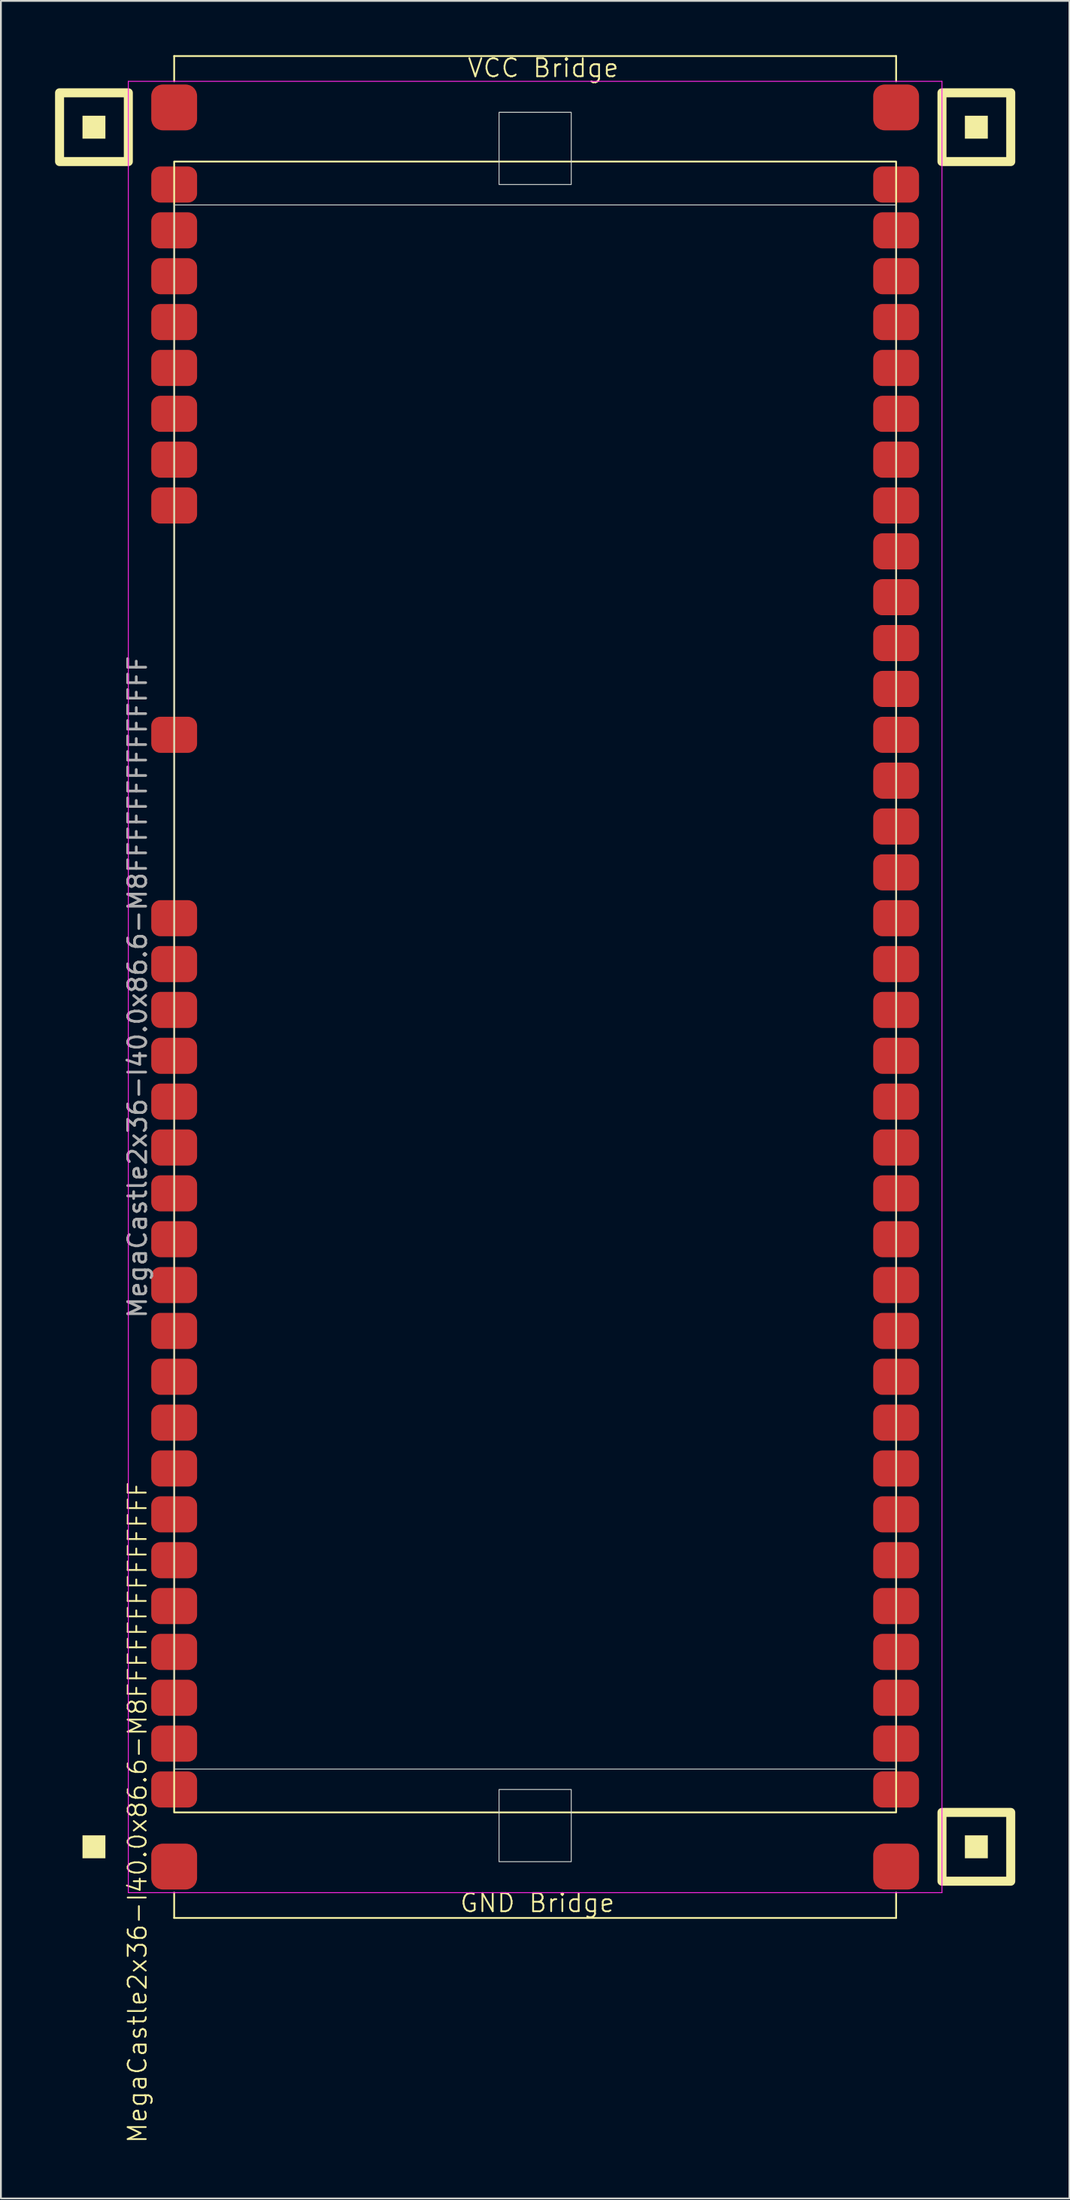
<source format=kicad_pcb>
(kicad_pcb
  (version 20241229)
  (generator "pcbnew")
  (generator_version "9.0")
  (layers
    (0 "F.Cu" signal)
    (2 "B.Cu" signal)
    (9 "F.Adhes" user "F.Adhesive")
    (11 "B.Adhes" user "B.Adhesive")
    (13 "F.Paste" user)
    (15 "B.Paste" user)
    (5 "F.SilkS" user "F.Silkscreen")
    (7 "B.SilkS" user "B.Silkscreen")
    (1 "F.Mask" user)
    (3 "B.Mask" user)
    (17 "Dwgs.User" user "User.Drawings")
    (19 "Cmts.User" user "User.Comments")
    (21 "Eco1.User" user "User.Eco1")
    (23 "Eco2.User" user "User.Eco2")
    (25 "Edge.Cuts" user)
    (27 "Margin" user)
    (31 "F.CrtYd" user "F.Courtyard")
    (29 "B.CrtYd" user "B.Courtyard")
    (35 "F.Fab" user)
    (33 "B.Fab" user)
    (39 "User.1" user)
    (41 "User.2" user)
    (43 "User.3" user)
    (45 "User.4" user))
  (footprint "MegaCastle2x36-I40.0x86.6-M8FFFFFFFFFFFFFF"
    (layer "F.Cu")
    (at 26.6 51.62)
    (property "Reference" "MegaCastle2x36-I40.0x86.6-M8FFFFFFFFFFFFFF" (at -22.032 45.72 90) (unlocked yes) (layer "F.SilkS") (effects (font (size 1 1) (thickness 0.1))))
    (attr smd)
    (fp_line (start -20 -51.565) (end 20 -51.565) (stroke (width 0.1) (type default)) (layer "F.SilkS"))
    (fp_line (start -20 -50.165) (end -20 -51.565) (stroke (width 0.1) (type default)) (layer "F.SilkS"))
    (fp_line (start -20 50.165) (end -20 51.565) (stroke (width 0.1) (type default)) (layer "F.SilkS"))
    (fp_line (start -20 51.565) (end 20 51.565) (stroke (width 0.1) (type default)) (layer "F.SilkS"))
    (fp_line (start 20 -50.165) (end 20 -51.565) (stroke (width 0.1) (type default)) (layer "F.SilkS"))
    (fp_line (start 20 50.165) (end 20 51.565) (stroke (width 0.1) (type default)) (layer "F.SilkS"))
    (fp_rect (start -23.81 -46.99) (end -25.08 -48.26) (stroke (width 0) (type solid)) (fill yes) (layer "F.SilkS"))
    (fp_rect (start -23.81 48.26) (end -25.08 46.99) (stroke (width 0) (type solid)) (fill yes) (layer "F.SilkS"))
    (fp_rect (start -22.54 -45.72) (end -26.35 -49.53) (stroke (width 0.5) (type default)) (fill no) (layer "F.SilkS"))
    (fp_rect (start -20 -45.72) (end 20 45.72) (stroke (width 0.1) (type default)) (fill no) (layer "F.SilkS"))
    (fp_rect (start 25.08 -46.99) (end 23.81 -48.26) (stroke (width 0) (type solid)) (fill yes) (layer "F.SilkS"))
    (fp_rect (start 25.08 48.26) (end 23.81 46.99) (stroke (width 0) (type solid)) (fill yes) (layer "F.SilkS"))
    (fp_rect (start 26.35 -45.72) (end 22.54 -49.53) (stroke (width 0.5) (type default)) (fill no) (layer "F.SilkS"))
    (fp_rect (start 26.35 49.53) (end 22.54 45.72) (stroke (width 0.5) (type default)) (fill no) (layer "F.SilkS"))
    (fp_rect (start -20 -43.32) (end 20 43.32) (stroke (width 0.05) (type default)) (fill no) (layer "Edge.Cuts"))
    (fp_rect (start -2 -44.45) (end 2 -48.45) (stroke (width 0.05) (type default)) (fill no) (layer "Edge.Cuts"))
    (fp_rect (start -2 44.45) (end 2 48.45) (stroke (width 0.05) (type default)) (fill no) (layer "Edge.Cuts"))
    (fp_line (start -22.54 -50.165) (end -22.54 50.165) (stroke (width 0.05) (type default)) (layer "F.CrtYd"))
    (fp_line (start -22.54 50.165) (end 22.54 50.165) (stroke (width 0.05) (type default)) (layer "F.CrtYd"))
    (fp_line (start 22.54 -50.165) (end -22.54 -50.165) (stroke (width 0.05) (type default)) (layer "F.CrtYd"))
    (fp_line (start 22.54 -50.165) (end 22.54 50.165) (stroke (width 0.05) (type default)) (layer "F.CrtYd"))
    (fp_text user "VCC Bridge" (at -3.81 -50.32 0) (unlocked yes) (layer "F.SilkS") (effects (font (size 1 1) (thickness 0.1)) (justify left bottom)))
    (fp_text user "GND Bridge" (at -4.226 51.32 0) (unlocked yes) (layer "F.SilkS") (effects (font (size 1 1) (thickness 0.1)) (justify left bottom)))
    (fp_text user "${REFERENCE}" (at -22.032 0 90) (unlocked yes) (layer "F.Fab") (effects (font (size 1 1) (thickness 0.15))))
    (pad "1" smd roundrect (at -20 -44.45) (size 2.54 2) (layers "F.Cu" "F.Mask" "F.Paste") (roundrect_rratio 0.25))
    (pad "2" smd roundrect (at -20 -41.91) (size 2.54 2) (layers "F.Cu" "F.Mask" "F.Paste") (roundrect_rratio 0.25))
    (pad "3" smd roundrect (at -20 -39.37) (size 2.54 2) (layers "F.Cu" "F.Mask" "F.Paste") (roundrect_rratio 0.25))
    (pad "4" smd roundrect (at -20 -36.83) (size 2.54 2) (layers "F.Cu" "F.Mask" "F.Paste") (roundrect_rratio 0.25))
    (pad "5" smd roundrect (at -20 -34.29) (size 2.54 2) (layers "F.Cu" "F.Mask" "F.Paste") (roundrect_rratio 0.25))
    (pad "6" smd roundrect (at -20 -31.75) (size 2.54 2) (layers "F.Cu" "F.Mask" "F.Paste") (roundrect_rratio 0.25))
    (pad "7" smd roundrect (at -20 -29.21) (size 2.54 2) (layers "F.Cu" "F.Mask" "F.Paste") (roundrect_rratio 0.25))
    (pad "8" smd roundrect (at -20 -26.67) (size 2.54 2) (layers "F.Cu" "F.Mask" "F.Paste") (roundrect_rratio 0.25))
    (pad "13" smd roundrect (at -20 -13.97) (size 2.54 2) (layers "F.Cu" "F.Mask" "F.Paste") (roundrect_rratio 0.25))
    (pad "17" smd roundrect (at -20 -3.81) (size 2.54 2) (layers "F.Cu" "F.Mask" "F.Paste") (roundrect_rratio 0.25))
    (pad "18" smd roundrect (at -20 -1.27) (size 2.54 2) (layers "F.Cu" "F.Mask" "F.Paste") (roundrect_rratio 0.25))
    (pad "19" smd roundrect (at -20 1.27) (size 2.54 2) (layers "F.Cu" "F.Mask" "F.Paste") (roundrect_rratio 0.25))
    (pad "20" smd roundrect (at -20 3.81) (size 2.54 2) (layers "F.Cu" "F.Mask" "F.Paste") (roundrect_rratio 0.25))
    (pad "21" smd roundrect (at -20 6.35) (size 2.54 2) (layers "F.Cu" "F.Mask" "F.Paste") (roundrect_rratio 0.25))
    (pad "22" smd roundrect (at -20 8.89) (size 2.54 2) (layers "F.Cu" "F.Mask" "F.Paste") (roundrect_rratio 0.25))
    (pad "23" smd roundrect (at -20 11.43) (size 2.54 2) (layers "F.Cu" "F.Mask" "F.Paste") (roundrect_rratio 0.25))
    (pad "24" smd roundrect (at -20 13.97) (size 2.54 2) (layers "F.Cu" "F.Mask" "F.Paste") (roundrect_rratio 0.25))
    (pad "25" smd roundrect (at -20 16.51) (size 2.54 2) (layers "F.Cu" "F.Mask" "F.Paste") (roundrect_rratio 0.25))
    (pad "26" smd roundrect (at -20 19.05) (size 2.54 2) (layers "F.Cu" "F.Mask" "F.Paste") (roundrect_rratio 0.25))
    (pad "27" smd roundrect (at -20 21.59) (size 2.54 2) (layers "F.Cu" "F.Mask" "F.Paste") (roundrect_rratio 0.25))
    (pad "28" smd roundrect (at -20 24.13) (size 2.54 2) (layers "F.Cu" "F.Mask" "F.Paste") (roundrect_rratio 0.25))
    (pad "29" smd roundrect (at -20 26.67) (size 2.54 2) (layers "F.Cu" "F.Mask" "F.Paste") (roundrect_rratio 0.25))
    (pad "30" smd roundrect (at -20 29.21) (size 2.54 2) (layers "F.Cu" "F.Mask" "F.Paste") (roundrect_rratio 0.25))
    (pad "31" smd roundrect (at -20 31.75) (size 2.54 2) (layers "F.Cu" "F.Mask" "F.Paste") (roundrect_rratio 0.25))
    (pad "32" smd roundrect (at -20 34.29) (size 2.54 2) (layers "F.Cu" "F.Mask" "F.Paste") (roundrect_rratio 0.25))
    (pad "33" smd roundrect (at -20 36.83) (size 2.54 2) (layers "F.Cu" "F.Mask" "F.Paste") (roundrect_rratio 0.25))
    (pad "34" smd roundrect (at -20 39.37) (size 2.54 2) (layers "F.Cu" "F.Mask" "F.Paste") (roundrect_rratio 0.25))
    (pad "35" smd roundrect (at -20 41.91) (size 2.54 2) (layers "F.Cu" "F.Mask" "F.Paste") (roundrect_rratio 0.25))
    (pad "36" smd roundrect (at -20 44.45) (size 2.54 2) (layers "F.Cu" "F.Mask" "F.Paste") (roundrect_rratio 0.25))
    (pad "37" smd roundrect (at 20 -44.45) (size 2.54 2) (layers "F.Cu" "F.Mask" "F.Paste") (roundrect_rratio 0.25))
    (pad "38" smd roundrect (at 20 -41.91) (size 2.54 2) (layers "F.Cu" "F.Mask" "F.Paste") (roundrect_rratio 0.25))
    (pad "39" smd roundrect (at 20 -39.37) (size 2.54 2) (layers "F.Cu" "F.Mask" "F.Paste") (roundrect_rratio 0.25))
    (pad "40" smd roundrect (at 20 -36.83) (size 2.54 2) (layers "F.Cu" "F.Mask" "F.Paste") (roundrect_rratio 0.25))
    (pad "41" smd roundrect (at 20 -34.29) (size 2.54 2) (layers "F.Cu" "F.Mask" "F.Paste") (roundrect_rratio 0.25))
    (pad "42" smd roundrect (at 20 -31.75) (size 2.54 2) (layers "F.Cu" "F.Mask" "F.Paste") (roundrect_rratio 0.25))
    (pad "43" smd roundrect (at 20 -29.21) (size 2.54 2) (layers "F.Cu" "F.Mask" "F.Paste") (roundrect_rratio 0.25))
    (pad "44" smd roundrect (at 20 -26.67) (size 2.54 2) (layers "F.Cu" "F.Mask" "F.Paste") (roundrect_rratio 0.25))
    (pad "45" smd roundrect (at 20 -24.13) (size 2.54 2) (layers "F.Cu" "F.Mask" "F.Paste") (roundrect_rratio 0.25))
    (pad "46" smd roundrect (at 20 -21.59) (size 2.54 2) (layers "F.Cu" "F.Mask" "F.Paste") (roundrect_rratio 0.25))
    (pad "47" smd roundrect (at 20 -19.05) (size 2.54 2) (layers "F.Cu" "F.Mask" "F.Paste") (roundrect_rratio 0.25))
    (pad "48" smd roundrect (at 20 -16.51) (size 2.54 2) (layers "F.Cu" "F.Mask" "F.Paste") (roundrect_rratio 0.25))
    (pad "49" smd roundrect (at 20 -13.97) (size 2.54 2) (layers "F.Cu" "F.Mask" "F.Paste") (roundrect_rratio 0.25))
    (pad "50" smd roundrect (at 20 -11.43) (size 2.54 2) (layers "F.Cu" "F.Mask" "F.Paste") (roundrect_rratio 0.25))
    (pad "51" smd roundrect (at 20 -8.89) (size 2.54 2) (layers "F.Cu" "F.Mask" "F.Paste") (roundrect_rratio 0.25))
    (pad "52" smd roundrect (at 20 -6.35) (size 2.54 2) (layers "F.Cu" "F.Mask" "F.Paste") (roundrect_rratio 0.25))
    (pad "53" smd roundrect (at 20 -3.81) (size 2.54 2) (layers "F.Cu" "F.Mask" "F.Paste") (roundrect_rratio 0.25))
    (pad "54" smd roundrect (at 20 -1.27) (size 2.54 2) (layers "F.Cu" "F.Mask" "F.Paste") (roundrect_rratio 0.25))
    (pad "55" smd roundrect (at 20 1.27) (size 2.54 2) (layers "F.Cu" "F.Mask" "F.Paste") (roundrect_rratio 0.25))
    (pad "56" smd roundrect (at 20 3.81) (size 2.54 2) (layers "F.Cu" "F.Mask" "F.Paste") (roundrect_rratio 0.25))
    (pad "57" smd roundrect (at 20 6.35) (size 2.54 2) (layers "F.Cu" "F.Mask" "F.Paste") (roundrect_rratio 0.25))
    (pad "58" smd roundrect (at 20 8.89) (size 2.54 2) (layers "F.Cu" "F.Mask" "F.Paste") (roundrect_rratio 0.25))
    (pad "59" smd roundrect (at 20 11.43) (size 2.54 2) (layers "F.Cu" "F.Mask" "F.Paste") (roundrect_rratio 0.25))
    (pad "60" smd roundrect (at 20 13.97) (size 2.54 2) (layers "F.Cu" "F.Mask" "F.Paste") (roundrect_rratio 0.25))
    (pad "61" smd roundrect (at 20 16.51) (size 2.54 2) (layers "F.Cu" "F.Mask" "F.Paste") (roundrect_rratio 0.25))
    (pad "62" smd roundrect (at 20 19.05) (size 2.54 2) (layers "F.Cu" "F.Mask" "F.Paste") (roundrect_rratio 0.25))
    (pad "63" smd roundrect (at 20 21.59) (size 2.54 2) (layers "F.Cu" "F.Mask" "F.Paste") (roundrect_rratio 0.25))
    (pad "64" smd roundrect (at 20 24.13) (size 2.54 2) (layers "F.Cu" "F.Mask" "F.Paste") (roundrect_rratio 0.25))
    (pad "65" smd roundrect (at 20 26.67) (size 2.54 2) (layers "F.Cu" "F.Mask" "F.Paste") (roundrect_rratio 0.25))
    (pad "66" smd roundrect (at 20 29.21) (size 2.54 2) (layers "F.Cu" "F.Mask" "F.Paste") (roundrect_rratio 0.25))
    (pad "67" smd roundrect (at 20 31.75) (size 2.54 2) (layers "F.Cu" "F.Mask" "F.Paste") (roundrect_rratio 0.25))
    (pad "68" smd roundrect (at 20 34.29) (size 2.54 2) (layers "F.Cu" "F.Mask" "F.Paste") (roundrect_rratio 0.25))
    (pad "69" smd roundrect (at 20 36.83) (size 2.54 2) (layers "F.Cu" "F.Mask" "F.Paste") (roundrect_rratio 0.25))
    (pad "70" smd roundrect (at 20 39.37) (size 2.54 2) (layers "F.Cu" "F.Mask" "F.Paste") (roundrect_rratio 0.25))
    (pad "71" smd roundrect (at 20 41.91) (size 2.54 2) (layers "F.Cu" "F.Mask" "F.Paste") (roundrect_rratio 0.25))
    (pad "72" smd roundrect (at 20 44.45) (size 2.54 2) (layers "F.Cu" "F.Mask" "F.Paste") (roundrect_rratio 0.25))
    (pad "A1" smd roundrect (at -20 -48.72) (size 2.54 2.54) (layers "F.Cu" "F.Mask" "F.Paste") (roundrect_rratio 0.25))
    (pad "A2" smd roundrect (at 20 -48.72) (size 2.54 2.54) (layers "F.Cu" "F.Mask" "F.Paste") (roundrect_rratio 0.25))
    (pad "B1" smd roundrect (at -20 48.72) (size 2.54 2.54) (layers "F.Cu" "F.Mask" "F.Paste") (roundrect_rratio 0.25))
    (pad "B2" smd roundrect (at 20 48.72) (size 2.54 2.54) (layers "F.Cu" "F.Mask" "F.Paste") (roundrect_rratio 0.25)))
  (gr_rect
    (start -3 -3)
    (end 56.2 118.723)
    (stroke (width 0.1) (type default))
    (fill no)
    (layer "Edge.Cuts")))
</source>
